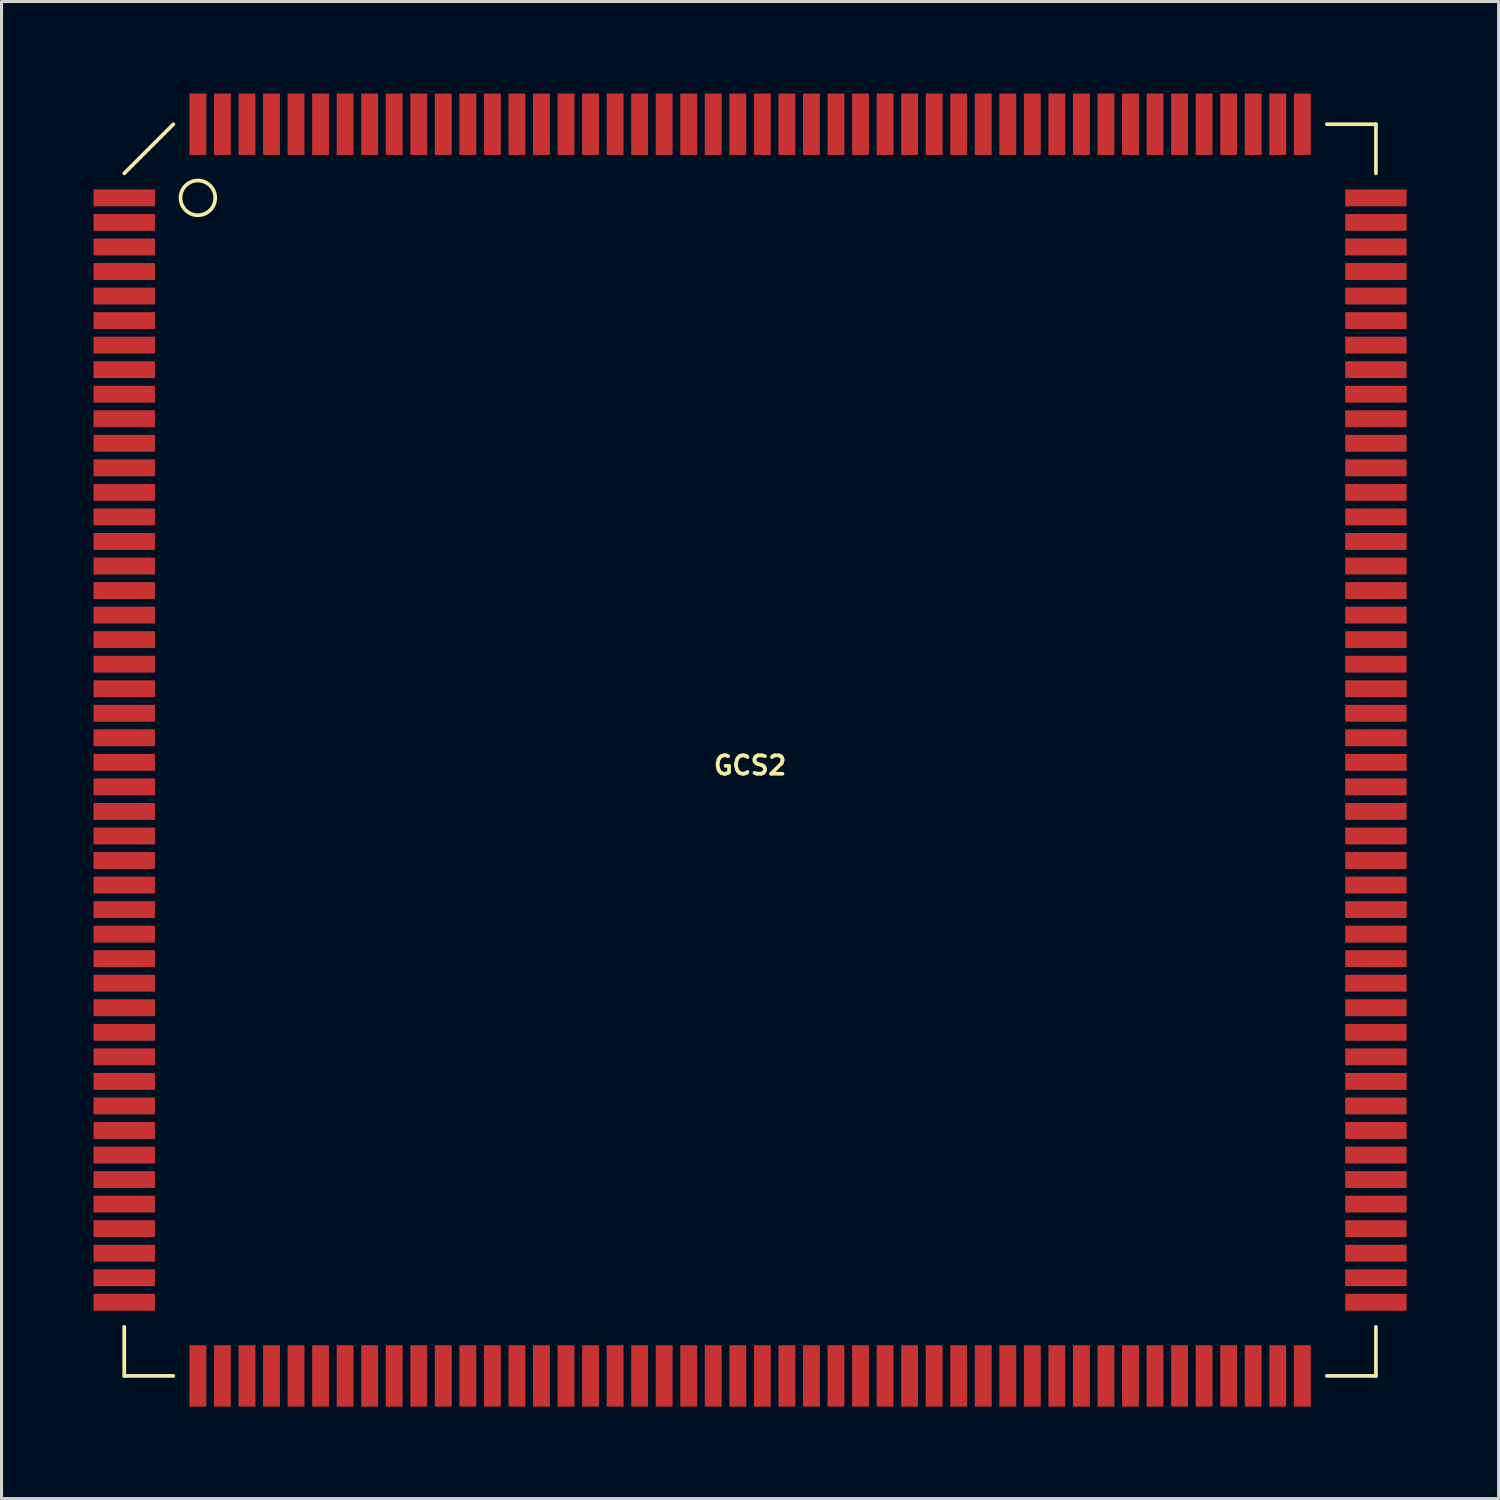
<source format=kicad_pcb>
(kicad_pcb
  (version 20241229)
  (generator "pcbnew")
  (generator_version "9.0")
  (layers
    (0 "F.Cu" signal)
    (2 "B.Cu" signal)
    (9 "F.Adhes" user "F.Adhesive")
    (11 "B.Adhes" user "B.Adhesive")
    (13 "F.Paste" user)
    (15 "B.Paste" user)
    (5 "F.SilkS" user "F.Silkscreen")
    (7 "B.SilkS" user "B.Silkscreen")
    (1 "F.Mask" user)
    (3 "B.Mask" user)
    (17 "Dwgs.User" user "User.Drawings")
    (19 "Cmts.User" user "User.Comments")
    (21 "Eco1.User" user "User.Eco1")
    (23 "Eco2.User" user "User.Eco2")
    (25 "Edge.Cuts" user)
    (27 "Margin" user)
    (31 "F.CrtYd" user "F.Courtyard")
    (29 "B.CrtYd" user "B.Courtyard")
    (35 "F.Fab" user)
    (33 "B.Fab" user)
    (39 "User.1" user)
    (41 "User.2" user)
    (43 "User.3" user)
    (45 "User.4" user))
  (footprint "GCS2"
    (layer "F.Cu")
    (at 21.4 21.4)
    (property "Reference" "GCS2" (at 0 0.5 0) (layer "F.SilkS") (effects (font (size 0.6 0.6) (thickness 0.12))))
    (attr through_hole)
    (fp_line (start -20.4 -18.8) (end -18.8 -20.4) (stroke (width 0.12) (type solid)) (layer "F.SilkS"))
    (fp_line (start -20.4 20.4) (end -20.4 18.8) (stroke (width 0.12) (type solid)) (layer "F.SilkS"))
    (fp_line (start -18.8 20.4) (end -20.4 20.4) (stroke (width 0.12) (type solid)) (layer "F.SilkS"))
    (fp_line (start 18.8 -20.4) (end 20.4 -20.4) (stroke (width 0.12) (type solid)) (layer "F.SilkS"))
    (fp_line (start 18.8 20.4) (end 20.4 20.4) (stroke (width 0.12) (type solid)) (layer "F.SilkS"))
    (fp_line (start 20.4 -20.4) (end 20.4 -18.8) (stroke (width 0.12) (type solid)) (layer "F.SilkS"))
    (fp_line (start 20.4 20.4) (end 20.4 18.8) (stroke (width 0.12) (type solid)) (layer "F.SilkS"))
    (fp_circle (center -18 -18) (end -18.4 -18.4) (stroke (width 0.12) (type solid)) (fill no) (layer "F.SilkS"))
    (pad "1" smd rect (at -20.4 -18) (size 2 0.55) (layers "F.Cu" "F.Mask" "F.Paste"))
    (pad "2" smd rect (at -20.4 -17.2) (size 2 0.55) (layers "F.Cu" "F.Mask" "F.Paste"))
    (pad "3" smd rect (at -20.4 -16.4) (size 2 0.55) (layers "F.Cu" "F.Mask" "F.Paste"))
    (pad "4" smd rect (at -20.4 -15.6) (size 2 0.55) (layers "F.Cu" "F.Mask" "F.Paste"))
    (pad "5" smd rect (at -20.4 -14.8) (size 2 0.55) (layers "F.Cu" "F.Mask" "F.Paste"))
    (pad "6" smd rect (at -20.4 -14) (size 2 0.55) (layers "F.Cu" "F.Mask" "F.Paste"))
    (pad "7" smd rect (at -20.4 -13.2) (size 2 0.55) (layers "F.Cu" "F.Mask" "F.Paste"))
    (pad "8" smd rect (at -20.4 -12.4) (size 2 0.55) (layers "F.Cu" "F.Mask" "F.Paste"))
    (pad "9" smd rect (at -20.4 -11.6) (size 2 0.55) (layers "F.Cu" "F.Mask" "F.Paste"))
    (pad "10" smd rect (at -20.4 -10.8) (size 2 0.55) (layers "F.Cu" "F.Mask" "F.Paste"))
    (pad "11" smd rect (at -20.4 -10) (size 2 0.55) (layers "F.Cu" "F.Mask" "F.Paste"))
    (pad "12" smd rect (at -20.4 -9.2) (size 2 0.55) (layers "F.Cu" "F.Mask" "F.Paste"))
    (pad "13" smd rect (at -20.4 -8.4) (size 2 0.55) (layers "F.Cu" "F.Mask" "F.Paste"))
    (pad "14" smd rect (at -20.4 -7.6) (size 2 0.55) (layers "F.Cu" "F.Mask" "F.Paste"))
    (pad "15" smd rect (at -20.4 -6.8) (size 2 0.55) (layers "F.Cu" "F.Mask" "F.Paste"))
    (pad "16" smd rect (at -20.4 -6) (size 2 0.55) (layers "F.Cu" "F.Mask" "F.Paste"))
    (pad "17" smd rect (at -20.4 -5.2) (size 2 0.55) (layers "F.Cu" "F.Mask" "F.Paste"))
    (pad "18" smd rect (at -20.4 -4.4) (size 2 0.55) (layers "F.Cu" "F.Mask" "F.Paste"))
    (pad "19" smd rect (at -20.4 -3.6) (size 2 0.55) (layers "F.Cu" "F.Mask" "F.Paste"))
    (pad "20" smd rect (at -20.4 -2.8) (size 2 0.55) (layers "F.Cu" "F.Mask" "F.Paste"))
    (pad "21" smd rect (at -20.4 -2) (size 2 0.55) (layers "F.Cu" "F.Mask" "F.Paste"))
    (pad "22" smd rect (at -20.4 -1.2) (size 2 0.55) (layers "F.Cu" "F.Mask" "F.Paste"))
    (pad "23" smd rect (at -20.4 -0.4) (size 2 0.55) (layers "F.Cu" "F.Mask" "F.Paste"))
    (pad "24" smd rect (at -20.4 0.4) (size 2 0.55) (layers "F.Cu" "F.Mask" "F.Paste"))
    (pad "25" smd rect (at -20.4 1.2) (size 2 0.55) (layers "F.Cu" "F.Mask" "F.Paste"))
    (pad "26" smd rect (at -20.4 2) (size 2 0.55) (layers "F.Cu" "F.Mask" "F.Paste"))
    (pad "27" smd rect (at -20.4 2.8) (size 2 0.55) (layers "F.Cu" "F.Mask" "F.Paste"))
    (pad "28" smd rect (at -20.4 3.6) (size 2 0.55) (layers "F.Cu" "F.Mask" "F.Paste"))
    (pad "29" smd rect (at -20.4 4.4) (size 2 0.55) (layers "F.Cu" "F.Mask" "F.Paste"))
    (pad "30" smd rect (at -20.4 5.2) (size 2 0.55) (layers "F.Cu" "F.Mask" "F.Paste"))
    (pad "31" smd rect (at -20.4 6) (size 2 0.55) (layers "F.Cu" "F.Mask" "F.Paste"))
    (pad "32" smd rect (at -20.4 6.8) (size 2 0.55) (layers "F.Cu" "F.Mask" "F.Paste"))
    (pad "33" smd rect (at -20.4 7.6) (size 2 0.55) (layers "F.Cu" "F.Mask" "F.Paste"))
    (pad "34" smd rect (at -20.4 8.4) (size 2 0.55) (layers "F.Cu" "F.Mask" "F.Paste"))
    (pad "35" smd rect (at -20.4 9.2) (size 2 0.55) (layers "F.Cu" "F.Mask" "F.Paste"))
    (pad "36" smd rect (at -20.4 10) (size 2 0.55) (layers "F.Cu" "F.Mask" "F.Paste"))
    (pad "37" smd rect (at -20.4 10.8) (size 2 0.55) (layers "F.Cu" "F.Mask" "F.Paste"))
    (pad "38" smd rect (at -20.4 11.6) (size 2 0.55) (layers "F.Cu" "F.Mask" "F.Paste"))
    (pad "39" smd rect (at -20.4 12.4) (size 2 0.55) (layers "F.Cu" "F.Mask" "F.Paste"))
    (pad "40" smd rect (at -20.4 13.2) (size 2 0.55) (layers "F.Cu" "F.Mask" "F.Paste"))
    (pad "41" smd rect (at -20.4 14) (size 2 0.55) (layers "F.Cu" "F.Mask" "F.Paste"))
    (pad "42" smd rect (at -20.4 14.8) (size 2 0.55) (layers "F.Cu" "F.Mask" "F.Paste"))
    (pad "43" smd rect (at -20.4 15.6) (size 2 0.55) (layers "F.Cu" "F.Mask" "F.Paste"))
    (pad "44" smd rect (at -20.4 16.4) (size 2 0.55) (layers "F.Cu" "F.Mask" "F.Paste"))
    (pad "45" smd rect (at -20.4 17.2) (size 2 0.55) (layers "F.Cu" "F.Mask" "F.Paste"))
    (pad "46" smd rect (at -20.4 18) (size 2 0.55) (layers "F.Cu" "F.Mask" "F.Paste"))
    (pad "47" smd rect (at -18 20.4) (size 0.55 2) (layers "F.Cu" "F.Mask" "F.Paste"))
    (pad "48" smd rect (at -17.2 20.4) (size 0.55 2) (layers "F.Cu" "F.Mask" "F.Paste"))
    (pad "49" smd rect (at -16.4 20.4) (size 0.55 2) (layers "F.Cu" "F.Mask" "F.Paste"))
    (pad "50" smd rect (at -15.6 20.4) (size 0.55 2) (layers "F.Cu" "F.Mask" "F.Paste"))
    (pad "51" smd rect (at -14.8 20.4) (size 0.55 2) (layers "F.Cu" "F.Mask" "F.Paste"))
    (pad "52" smd rect (at -14 20.4) (size 0.55 2) (layers "F.Cu" "F.Mask" "F.Paste"))
    (pad "53" smd rect (at -13.2 20.4) (size 0.55 2) (layers "F.Cu" "F.Mask" "F.Paste"))
    (pad "54" smd rect (at -12.4 20.4) (size 0.55 2) (layers "F.Cu" "F.Mask" "F.Paste"))
    (pad "55" smd rect (at -11.6 20.4) (size 0.55 2) (layers "F.Cu" "F.Mask" "F.Paste"))
    (pad "56" smd rect (at -10.8 20.4) (size 0.55 2) (layers "F.Cu" "F.Mask" "F.Paste"))
    (pad "57" smd rect (at -10 20.4) (size 0.55 2) (layers "F.Cu" "F.Mask" "F.Paste"))
    (pad "58" smd rect (at -9.2 20.4) (size 0.55 2) (layers "F.Cu" "F.Mask" "F.Paste"))
    (pad "59" smd rect (at -8.4 20.4) (size 0.55 2) (layers "F.Cu" "F.Mask" "F.Paste"))
    (pad "60" smd rect (at -7.6 20.4) (size 0.55 2) (layers "F.Cu" "F.Mask" "F.Paste"))
    (pad "61" smd rect (at -6.8 20.4) (size 0.55 2) (layers "F.Cu" "F.Mask" "F.Paste"))
    (pad "62" smd rect (at -6 20.4) (size 0.55 2) (layers "F.Cu" "F.Mask" "F.Paste"))
    (pad "63" smd rect (at -5.2 20.4) (size 0.55 2) (layers "F.Cu" "F.Mask" "F.Paste"))
    (pad "64" smd rect (at -4.4 20.4) (size 0.55 2) (layers "F.Cu" "F.Mask" "F.Paste"))
    (pad "65" smd rect (at -3.6 20.4) (size 0.55 2) (layers "F.Cu" "F.Mask" "F.Paste"))
    (pad "66" smd rect (at -2.8 20.4) (size 0.55 2) (layers "F.Cu" "F.Mask" "F.Paste"))
    (pad "67" smd rect (at -2 20.4) (size 0.55 2) (layers "F.Cu" "F.Mask" "F.Paste"))
    (pad "68" smd rect (at -1.2 20.4) (size 0.55 2) (layers "F.Cu" "F.Mask" "F.Paste"))
    (pad "69" smd rect (at -0.4 20.4) (size 0.55 2) (layers "F.Cu" "F.Mask" "F.Paste"))
    (pad "70" smd rect (at 0.4 20.4) (size 0.55 2) (layers "F.Cu" "F.Mask" "F.Paste"))
    (pad "71" smd rect (at 1.2 20.4) (size 0.55 2) (layers "F.Cu" "F.Mask" "F.Paste"))
    (pad "72" smd rect (at 2 20.4) (size 0.55 2) (layers "F.Cu" "F.Mask" "F.Paste"))
    (pad "73" smd rect (at 2.8 20.4) (size 0.55 2) (layers "F.Cu" "F.Mask" "F.Paste"))
    (pad "74" smd rect (at 3.6 20.4) (size 0.55 2) (layers "F.Cu" "F.Mask" "F.Paste"))
    (pad "75" smd rect (at 4.4 20.4) (size 0.55 2) (layers "F.Cu" "F.Mask" "F.Paste"))
    (pad "76" smd rect (at 5.2 20.4) (size 0.55 2) (layers "F.Cu" "F.Mask" "F.Paste"))
    (pad "77" smd rect (at 6 20.4) (size 0.55 2) (layers "F.Cu" "F.Mask" "F.Paste"))
    (pad "78" smd rect (at 6.8 20.4) (size 0.55 2) (layers "F.Cu" "F.Mask" "F.Paste"))
    (pad "79" smd rect (at 7.6 20.4) (size 0.55 2) (layers "F.Cu" "F.Mask" "F.Paste"))
    (pad "80" smd rect (at 8.4 20.4) (size 0.55 2) (layers "F.Cu" "F.Mask" "F.Paste"))
    (pad "81" smd rect (at 9.2 20.4) (size 0.55 2) (layers "F.Cu" "F.Mask" "F.Paste"))
    (pad "82" smd rect (at 10 20.4) (size 0.55 2) (layers "F.Cu" "F.Mask" "F.Paste"))
    (pad "83" smd rect (at 10.8 20.4) (size 0.55 2) (layers "F.Cu" "F.Mask" "F.Paste"))
    (pad "84" smd rect (at 11.6 20.4) (size 0.55 2) (layers "F.Cu" "F.Mask" "F.Paste"))
    (pad "85" smd rect (at 12.4 20.4) (size 0.55 2) (layers "F.Cu" "F.Mask" "F.Paste"))
    (pad "86" smd rect (at 13.2 20.4) (size 0.55 2) (layers "F.Cu" "F.Mask" "F.Paste"))
    (pad "87" smd rect (at 14 20.4) (size 0.55 2) (layers "F.Cu" "F.Mask" "F.Paste"))
    (pad "88" smd rect (at 14.8 20.4) (size 0.55 2) (layers "F.Cu" "F.Mask" "F.Paste"))
    (pad "89" smd rect (at 15.6 20.4) (size 0.55 2) (layers "F.Cu" "F.Mask" "F.Paste"))
    (pad "90" smd rect (at 16.4 20.4) (size 0.55 2) (layers "F.Cu" "F.Mask" "F.Paste"))
    (pad "91" smd rect (at 17.2 20.4) (size 0.55 2) (layers "F.Cu" "F.Mask" "F.Paste"))
    (pad "92" smd rect (at 18 20.4) (size 0.55 2) (layers "F.Cu" "F.Mask" "F.Paste"))
    (pad "93" smd rect (at 20.4 18) (size 2 0.55) (layers "F.Cu" "F.Mask" "F.Paste"))
    (pad "94" smd rect (at 20.4 17.2) (size 2 0.55) (layers "F.Cu" "F.Mask" "F.Paste"))
    (pad "95" smd rect (at 20.4 16.4) (size 2 0.55) (layers "F.Cu" "F.Mask" "F.Paste"))
    (pad "96" smd rect (at 20.4 15.6) (size 2 0.55) (layers "F.Cu" "F.Mask" "F.Paste"))
    (pad "97" smd rect (at 20.4 14.8) (size 2 0.55) (layers "F.Cu" "F.Mask" "F.Paste"))
    (pad "98" smd rect (at 20.4 14) (size 2 0.55) (layers "F.Cu" "F.Mask" "F.Paste"))
    (pad "99" smd rect (at 20.4 13.2) (size 2 0.55) (layers "F.Cu" "F.Mask" "F.Paste"))
    (pad "100" smd rect (at 20.4 12.4) (size 2 0.55) (layers "F.Cu" "F.Mask" "F.Paste"))
    (pad "101" smd rect (at 20.4 11.6) (size 2 0.55) (layers "F.Cu" "F.Mask" "F.Paste"))
    (pad "102" smd rect (at 20.4 10.8) (size 2 0.55) (layers "F.Cu" "F.Mask" "F.Paste"))
    (pad "103" smd rect (at 20.4 10) (size 2 0.55) (layers "F.Cu" "F.Mask" "F.Paste"))
    (pad "104" smd rect (at 20.4 9.2) (size 2 0.55) (layers "F.Cu" "F.Mask" "F.Paste"))
    (pad "105" smd rect (at 20.4 8.4) (size 2 0.55) (layers "F.Cu" "F.Mask" "F.Paste"))
    (pad "106" smd rect (at 20.4 7.6) (size 2 0.55) (layers "F.Cu" "F.Mask" "F.Paste"))
    (pad "107" smd rect (at 20.4 6.8) (size 2 0.55) (layers "F.Cu" "F.Mask" "F.Paste"))
    (pad "108" smd rect (at 20.4 6) (size 2 0.55) (layers "F.Cu" "F.Mask" "F.Paste"))
    (pad "109" smd rect (at 20.4 5.2) (size 2 0.55) (layers "F.Cu" "F.Mask" "F.Paste"))
    (pad "110" smd rect (at 20.4 4.4) (size 2 0.55) (layers "F.Cu" "F.Mask" "F.Paste"))
    (pad "111" smd rect (at 20.4 3.6) (size 2 0.55) (layers "F.Cu" "F.Mask" "F.Paste"))
    (pad "112" smd rect (at 20.4 2.8) (size 2 0.55) (layers "F.Cu" "F.Mask" "F.Paste"))
    (pad "113" smd rect (at 20.4 2) (size 2 0.55) (layers "F.Cu" "F.Mask" "F.Paste"))
    (pad "114" smd rect (at 20.4 1.2) (size 2 0.55) (layers "F.Cu" "F.Mask" "F.Paste"))
    (pad "115" smd rect (at 20.4 0.4) (size 2 0.55) (layers "F.Cu" "F.Mask" "F.Paste"))
    (pad "116" smd rect (at 20.4 -0.4) (size 2 0.55) (layers "F.Cu" "F.Mask" "F.Paste"))
    (pad "117" smd rect (at 20.4 -1.2) (size 2 0.55) (layers "F.Cu" "F.Mask" "F.Paste"))
    (pad "118" smd rect (at 20.4 -2) (size 2 0.55) (layers "F.Cu" "F.Mask" "F.Paste"))
    (pad "119" smd rect (at 20.4 -2.8) (size 2 0.55) (layers "F.Cu" "F.Mask" "F.Paste"))
    (pad "120" smd rect (at 20.4 -3.6) (size 2 0.55) (layers "F.Cu" "F.Mask" "F.Paste"))
    (pad "121" smd rect (at 20.4 -4.4) (size 2 0.55) (layers "F.Cu" "F.Mask" "F.Paste"))
    (pad "122" smd rect (at 20.4 -5.2) (size 2 0.55) (layers "F.Cu" "F.Mask" "F.Paste"))
    (pad "123" smd rect (at 20.4 -6) (size 2 0.55) (layers "F.Cu" "F.Mask" "F.Paste"))
    (pad "124" smd rect (at 20.4 -6.8) (size 2 0.55) (layers "F.Cu" "F.Mask" "F.Paste"))
    (pad "125" smd rect (at 20.4 -7.6) (size 2 0.55) (layers "F.Cu" "F.Mask" "F.Paste"))
    (pad "126" smd rect (at 20.4 -8.4) (size 2 0.55) (layers "F.Cu" "F.Mask" "F.Paste"))
    (pad "127" smd rect (at 20.4 -9.2) (size 2 0.55) (layers "F.Cu" "F.Mask" "F.Paste"))
    (pad "128" smd rect (at 20.4 -10) (size 2 0.55) (layers "F.Cu" "F.Mask" "F.Paste"))
    (pad "129" smd rect (at 20.4 -10.8) (size 2 0.55) (layers "F.Cu" "F.Mask" "F.Paste"))
    (pad "130" smd rect (at 20.4 -11.6) (size 2 0.55) (layers "F.Cu" "F.Mask" "F.Paste"))
    (pad "131" smd rect (at 20.4 -12.4) (size 2 0.55) (layers "F.Cu" "F.Mask" "F.Paste"))
    (pad "132" smd rect (at 20.4 -13.2) (size 2 0.55) (layers "F.Cu" "F.Mask" "F.Paste"))
    (pad "133" smd rect (at 20.4 -14) (size 2 0.55) (layers "F.Cu" "F.Mask" "F.Paste"))
    (pad "134" smd rect (at 20.4 -14.8) (size 2 0.55) (layers "F.Cu" "F.Mask" "F.Paste"))
    (pad "135" smd rect (at 20.4 -15.6) (size 2 0.55) (layers "F.Cu" "F.Mask" "F.Paste"))
    (pad "136" smd rect (at 20.4 -16.4) (size 2 0.55) (layers "F.Cu" "F.Mask" "F.Paste"))
    (pad "137" smd rect (at 20.4 -17.2) (size 2 0.55) (layers "F.Cu" "F.Mask" "F.Paste"))
    (pad "138" smd rect (at 20.4 -18) (size 2 0.55) (layers "F.Cu" "F.Mask" "F.Paste"))
    (pad "139" smd rect (at 18 -20.4) (size 0.55 2) (layers "F.Cu" "F.Mask" "F.Paste"))
    (pad "140" smd rect (at 17.2 -20.4) (size 0.55 2) (layers "F.Cu" "F.Mask" "F.Paste"))
    (pad "141" smd rect (at 16.4 -20.4) (size 0.55 2) (layers "F.Cu" "F.Mask" "F.Paste"))
    (pad "142" smd rect (at 15.6 -20.4) (size 0.55 2) (layers "F.Cu" "F.Mask" "F.Paste"))
    (pad "143" smd rect (at 14.8 -20.4) (size 0.55 2) (layers "F.Cu" "F.Mask" "F.Paste"))
    (pad "144" smd rect (at 14 -20.4) (size 0.55 2) (layers "F.Cu" "F.Mask" "F.Paste"))
    (pad "145" smd rect (at 13.2 -20.4) (size 0.55 2) (layers "F.Cu" "F.Mask" "F.Paste"))
    (pad "146" smd rect (at 12.4 -20.4) (size 0.55 2) (layers "F.Cu" "F.Mask" "F.Paste"))
    (pad "147" smd rect (at 11.6 -20.4) (size 0.55 2) (layers "F.Cu" "F.Mask" "F.Paste"))
    (pad "148" smd rect (at 10.8 -20.4) (size 0.55 2) (layers "F.Cu" "F.Mask" "F.Paste"))
    (pad "149" smd rect (at 10 -20.4) (size 0.55 2) (layers "F.Cu" "F.Mask" "F.Paste"))
    (pad "150" smd rect (at 9.2 -20.4) (size 0.55 2) (layers "F.Cu" "F.Mask" "F.Paste"))
    (pad "151" smd rect (at 8.4 -20.4) (size 0.55 2) (layers "F.Cu" "F.Mask" "F.Paste"))
    (pad "152" smd rect (at 7.6 -20.4) (size 0.55 2) (layers "F.Cu" "F.Mask" "F.Paste"))
    (pad "153" smd rect (at 6.8 -20.4) (size 0.55 2) (layers "F.Cu" "F.Mask" "F.Paste"))
    (pad "154" smd rect (at 6 -20.4) (size 0.55 2) (layers "F.Cu" "F.Mask" "F.Paste"))
    (pad "155" smd rect (at 5.2 -20.4) (size 0.55 2) (layers "F.Cu" "F.Mask" "F.Paste"))
    (pad "156" smd rect (at 4.4 -20.4) (size 0.55 2) (layers "F.Cu" "F.Mask" "F.Paste"))
    (pad "157" smd rect (at 3.6 -20.4) (size 0.55 2) (layers "F.Cu" "F.Mask" "F.Paste"))
    (pad "158" smd rect (at 2.8 -20.4) (size 0.55 2) (layers "F.Cu" "F.Mask" "F.Paste"))
    (pad "159" smd rect (at 2 -20.4) (size 0.55 2) (layers "F.Cu" "F.Mask" "F.Paste"))
    (pad "160" smd rect (at 1.2 -20.4) (size 0.55 2) (layers "F.Cu" "F.Mask" "F.Paste"))
    (pad "161" smd rect (at 0.4 -20.4) (size 0.55 2) (layers "F.Cu" "F.Mask" "F.Paste"))
    (pad "162" smd rect (at -0.4 -20.4) (size 0.55 2) (layers "F.Cu" "F.Mask" "F.Paste"))
    (pad "163" smd rect (at -1.2 -20.4) (size 0.55 2) (layers "F.Cu" "F.Mask" "F.Paste"))
    (pad "164" smd rect (at -2 -20.4) (size 0.55 2) (layers "F.Cu" "F.Mask" "F.Paste"))
    (pad "165" smd rect (at -2.8 -20.4) (size 0.55 2) (layers "F.Cu" "F.Mask" "F.Paste"))
    (pad "166" smd rect (at -3.6 -20.4) (size 0.55 2) (layers "F.Cu" "F.Mask" "F.Paste"))
    (pad "167" smd rect (at -4.4 -20.4) (size 0.55 2) (layers "F.Cu" "F.Mask" "F.Paste"))
    (pad "168" smd rect (at -5.2 -20.4) (size 0.55 2) (layers "F.Cu" "F.Mask" "F.Paste"))
    (pad "169" smd rect (at -6 -20.4) (size 0.55 2) (layers "F.Cu" "F.Mask" "F.Paste"))
    (pad "170" smd rect (at -6.8 -20.4) (size 0.55 2) (layers "F.Cu" "F.Mask" "F.Paste"))
    (pad "171" smd rect (at -7.6 -20.4) (size 0.55 2) (layers "F.Cu" "F.Mask" "F.Paste"))
    (pad "172" smd rect (at -8.4 -20.4) (size 0.55 2) (layers "F.Cu" "F.Mask" "F.Paste"))
    (pad "173" smd rect (at -9.2 -20.4) (size 0.55 2) (layers "F.Cu" "F.Mask" "F.Paste"))
    (pad "174" smd rect (at -10 -20.4) (size 0.55 2) (layers "F.Cu" "F.Mask" "F.Paste"))
    (pad "175" smd rect (at -10.8 -20.4) (size 0.55 2) (layers "F.Cu" "F.Mask" "F.Paste"))
    (pad "176" smd rect (at -11.6 -20.4) (size 0.55 2) (layers "F.Cu" "F.Mask" "F.Paste"))
    (pad "177" smd rect (at -12.4 -20.4) (size 0.55 2) (layers "F.Cu" "F.Mask" "F.Paste"))
    (pad "178" smd rect (at -13.2 -20.4) (size 0.55 2) (layers "F.Cu" "F.Mask" "F.Paste"))
    (pad "179" smd rect (at -14 -20.4) (size 0.55 2) (layers "F.Cu" "F.Mask" "F.Paste"))
    (pad "180" smd rect (at -14.8 -20.4) (size 0.55 2) (layers "F.Cu" "F.Mask" "F.Paste"))
    (pad "181" smd rect (at -15.6 -20.4) (size 0.55 2) (layers "F.Cu" "F.Mask" "F.Paste"))
    (pad "182" smd rect (at -16.4 -20.4) (size 0.55 2) (layers "F.Cu" "F.Mask" "F.Paste"))
    (pad "183" smd rect (at -17.2 -20.4) (size 0.55 2) (layers "F.Cu" "F.Mask" "F.Paste"))
    (pad "184" smd rect (at -18 -20.4) (size 0.55 2) (layers "F.Cu" "F.Mask" "F.Paste")))
  (gr_rect
    (start -3 -3)
    (end 45.8 45.8)
    (stroke (width 0.1) (type default))
    (fill no)
    (layer "Edge.Cuts")))
</source>
